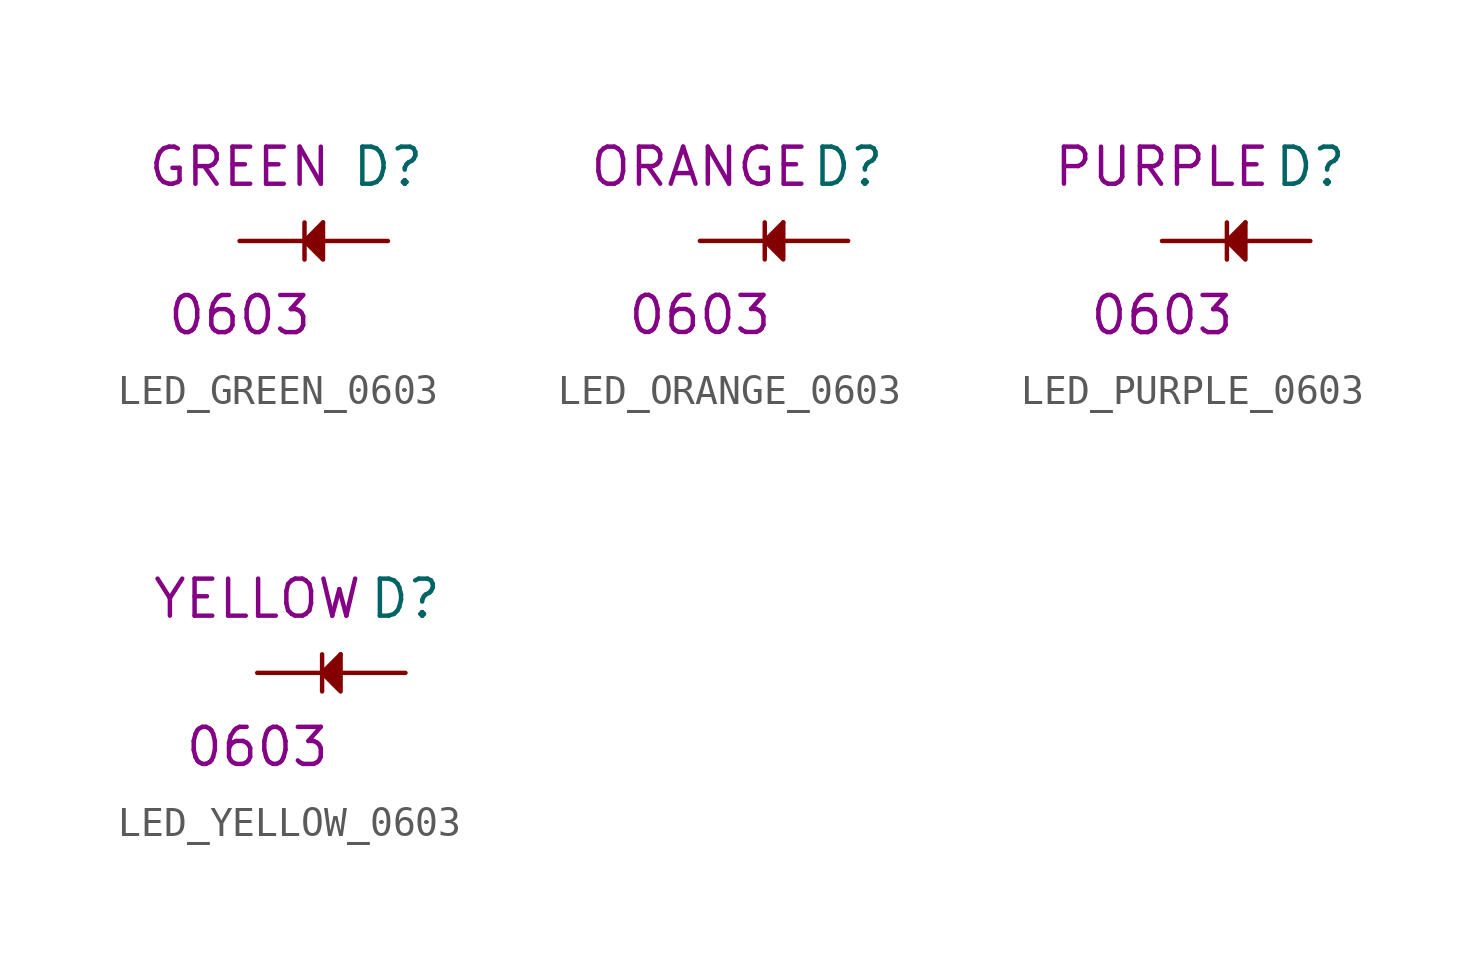
<source format=kicad_sym>
(kicad_symbol_lib
  (version 20211014)
  (generator kicad_symbol_editor)
  (symbol "LED_GREEN_0603"
    (pin_numbers hide)
    (pin_names
      (offset 0) hide)
    (property "Reference" "D"
      (at 5.08 2.54 0)
      (effects (font (size 1.27 1.27))))
    (property "Package" "0603"
      (at 0 -2.54 0)
      (effects (font (size 1.27 1.27))))
    (property "Property" "GREEN"
      (at 0 2.54 0)
      (effects (font (size 1.27 1.27))))
    (symbol "LED_GREEN_0603_0_1"
      (polyline (pts (xy 2.223 0.635) (xy 2.223 -0.635)) (stroke (width 0) (type default) (color 0 0 0 0)) (fill (type none)))
      (polyline (pts (xy 2.857 0.635) (xy 2.223 0)) (stroke (width 0) (type default) (color 0 0 0 0)) (fill (type none)))
      (polyline (pts (xy 2.857 0.635) (xy 2.857 -0.635) (xy 2.223 0)) (stroke (width 0) (type default) (color 0 0 0 0)) (fill (type outline))))
    (symbol "LED_GREEN_0603_1_1"
      (pin passive line (at 0 0 0) (length 2.159) (name "~" (effects (font (size 1.27 1.27)))) (number "1" (effects (font (size 1.27 1.27)))))
      (pin passive line (at 5.08 0 180) (length 2.159) (name "~" (effects (font (size 1.27 1.27)))) (number "2" (effects (font (size 1.27 1.27)))))))
  (symbol "LED_ORANGE_0603"
    (pin_numbers hide)
    (pin_names
      (offset 0) hide)
    (property "Reference" "D"
      (at 5.08 2.54 0)
      (effects (font (size 1.27 1.27))))
    (property "Package" "0603"
      (at 0 -2.54 0)
      (effects (font (size 1.27 1.27))))
    (property "Property" "ORANGE"
      (at 0 2.54 0)
      (effects (font (size 1.27 1.27))))
    (symbol "LED_ORANGE_0603_0_1"
      (polyline (pts (xy 2.223 0.635) (xy 2.223 -0.635)) (stroke (width 0) (type default) (color 0 0 0 0)) (fill (type none)))
      (polyline (pts (xy 2.857 0.635) (xy 2.223 0)) (stroke (width 0) (type default) (color 0 0 0 0)) (fill (type none)))
      (polyline (pts (xy 2.857 0.635) (xy 2.857 -0.635) (xy 2.223 0)) (stroke (width 0) (type default) (color 0 0 0 0)) (fill (type outline))))
    (symbol "LED_ORANGE_0603_1_1"
      (pin passive line (at 0 0 0) (length 2.159) (name "~" (effects (font (size 1.27 1.27)))) (number "1" (effects (font (size 1.27 1.27)))))
      (pin passive line (at 5.08 0 180) (length 2.159) (name "~" (effects (font (size 1.27 1.27)))) (number "2" (effects (font (size 1.27 1.27)))))))
  (symbol "LED_PURPLE_0603"
    (pin_numbers hide)
    (pin_names
      (offset 0) hide)
    (property "Reference" "D"
      (at 5.08 2.54 0)
      (effects (font (size 1.27 1.27))))
    (property "Package" "0603"
      (at 0 -2.54 0)
      (effects (font (size 1.27 1.27))))
    (property "Property" "PURPLE"
      (at 0 2.54 0)
      (effects (font (size 1.27 1.27))))
    (symbol "LED_PURPLE_0603_0_1"
      (polyline (pts (xy 2.223 0.635) (xy 2.223 -0.635)) (stroke (width 0) (type default) (color 0 0 0 0)) (fill (type none)))
      (polyline (pts (xy 2.857 0.635) (xy 2.223 0)) (stroke (width 0) (type default) (color 0 0 0 0)) (fill (type none)))
      (polyline (pts (xy 2.857 0.635) (xy 2.857 -0.635) (xy 2.223 0)) (stroke (width 0) (type default) (color 0 0 0 0)) (fill (type outline))))
    (symbol "LED_PURPLE_0603_1_1"
      (pin passive line (at 0 0 0) (length 2.159) (name "~" (effects (font (size 1.27 1.27)))) (number "1" (effects (font (size 1.27 1.27)))))
      (pin passive line (at 5.08 0 180) (length 2.159) (name "~" (effects (font (size 1.27 1.27)))) (number "2" (effects (font (size 1.27 1.27)))))))
  (symbol "LED_YELLOW_0603"
    (pin_numbers hide)
    (pin_names
      (offset 0) hide)
    (property "Reference" "D"
      (at 5.08 2.54 0)
      (effects (font (size 1.27 1.27))))
    (property "Package" "0603"
      (at 0 -2.54 0)
      (effects (font (size 1.27 1.27))))
    (property "Property" "YELLOW"
      (at 0 2.54 0)
      (effects (font (size 1.27 1.27))))
    (symbol "LED_YELLOW_0603_0_1"
      (polyline (pts (xy 2.223 0.635) (xy 2.223 -0.635)) (stroke (width 0) (type default) (color 0 0 0 0)) (fill (type none)))
      (polyline (pts (xy 2.857 0.635) (xy 2.223 0)) (stroke (width 0) (type default) (color 0 0 0 0)) (fill (type none)))
      (polyline (pts (xy 2.857 0.635) (xy 2.857 -0.635) (xy 2.223 0)) (stroke (width 0) (type default) (color 0 0 0 0)) (fill (type outline))))
    (symbol "LED_YELLOW_0603_1_1"
      (pin passive line (at 0 0 0) (length 2.159) (name "~" (effects (font (size 1.27 1.27)))) (number "1" (effects (font (size 1.27 1.27)))))
      (pin passive line (at 5.08 0 180) (length 2.159) (name "~" (effects (font (size 1.27 1.27)))) (number "2" (effects (font (size 1.27 1.27))))))))
</source>
